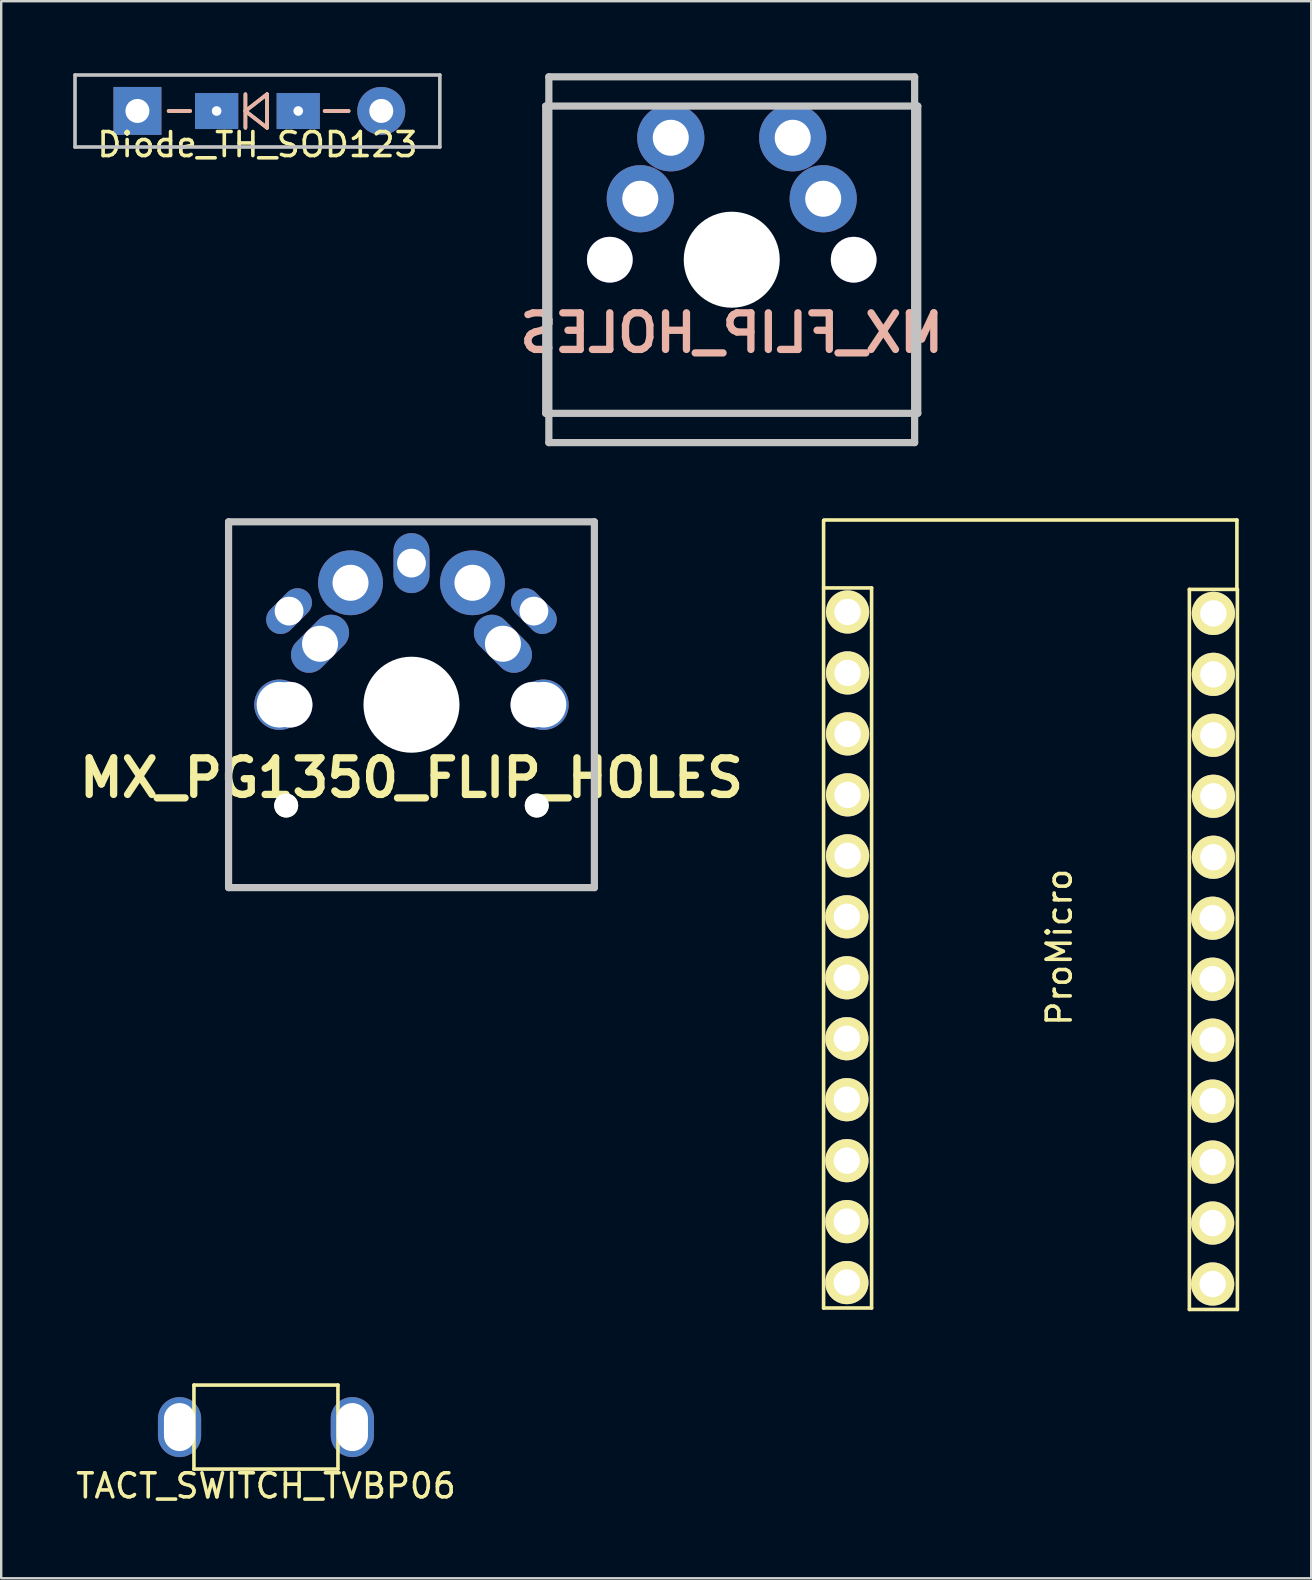
<source format=kicad_pcb>
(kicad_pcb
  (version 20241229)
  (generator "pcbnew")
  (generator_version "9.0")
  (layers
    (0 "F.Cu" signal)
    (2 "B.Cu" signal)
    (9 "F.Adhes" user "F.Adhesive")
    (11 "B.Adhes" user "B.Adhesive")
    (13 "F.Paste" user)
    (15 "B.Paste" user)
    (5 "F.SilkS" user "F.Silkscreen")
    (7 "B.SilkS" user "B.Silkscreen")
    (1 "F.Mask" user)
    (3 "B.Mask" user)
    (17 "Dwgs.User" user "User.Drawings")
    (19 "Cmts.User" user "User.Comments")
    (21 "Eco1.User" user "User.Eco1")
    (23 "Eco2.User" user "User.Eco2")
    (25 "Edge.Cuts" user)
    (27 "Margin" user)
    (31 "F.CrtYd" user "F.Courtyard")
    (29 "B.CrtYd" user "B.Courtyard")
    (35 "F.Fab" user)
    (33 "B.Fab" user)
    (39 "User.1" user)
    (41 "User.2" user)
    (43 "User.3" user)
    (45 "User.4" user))
  (footprint "Diode_TH_SOD123"
    (layer "F.Cu")
    (at 7.675 1.575)
    (property "Reference" "Diode_TH_SOD123" (at 0 1.4 0) (layer "F.SilkS") (effects (font (size 1 1) (thickness 0.15))))
    (attr through_hole)
    (fp_line (start -3.7 0) (end -2.8 0) (stroke (width 0.15) (type solid)) (layer "F.SilkS"))
    (fp_line (start -0.5 -0.7) (end -0.5 0.7) (stroke (width 0.15) (type solid)) (layer "F.SilkS"))
    (fp_line (start -0.5 0) (end 0.4 -0.7) (stroke (width 0.15) (type solid)) (layer "F.SilkS"))
    (fp_line (start 0.4 -0.7) (end 0.4 0.7) (stroke (width 0.15) (type solid)) (layer "F.SilkS"))
    (fp_line (start 0.4 0.7) (end -0.5 0) (stroke (width 0.15) (type solid)) (layer "F.SilkS"))
    (fp_line (start 2.8 0) (end 3.8 0) (stroke (width 0.15) (type solid)) (layer "F.SilkS"))
    (fp_line (start -2.8 0) (end -3.7 0) (stroke (width 0.15) (type solid)) (layer "B.SilkS"))
    (fp_line (start -0.5 -0.7) (end -0.5 0.7) (stroke (width 0.15) (type solid)) (layer "B.SilkS"))
    (fp_line (start -0.5 0) (end 0.4 -0.7) (stroke (width 0.15) (type solid)) (layer "B.SilkS"))
    (fp_line (start 0.4 -0.7) (end 0.4 0.7) (stroke (width 0.15) (type solid)) (layer "B.SilkS"))
    (fp_line (start 0.4 0.7) (end -0.5 0) (stroke (width 0.15) (type solid)) (layer "B.SilkS"))
    (fp_line (start 2.8 0) (end 3.8 0) (stroke (width 0.15) (type solid)) (layer "B.SilkS"))
    (fp_line (start -7.6 -1.5) (end -7.6 1.5) (stroke (width 0.15) (type solid)) (layer "Dwgs.User"))
    (fp_line (start -7.6 -1.5) (end 7.6 -1.5) (stroke (width 0.15) (type solid)) (layer "Dwgs.User"))
    (fp_line (start -7.6 1.5) (end 7.6 1.5) (stroke (width 0.15) (type solid)) (layer "Dwgs.User"))
    (fp_line (start 7.6 -1.5) (end 7.6 1.5) (stroke (width 0.15) (type solid)) (layer "Dwgs.User"))
    (pad "1" thru_hole rect (at -5 -0.003 180) (size 1.999 1.999) (drill 1) (layers "*.Cu" "*.Mask"))
    (pad "1" thru_hole rect (at -1.7 0) (size 1.8 1.5) (drill 0.4) (layers "*.Cu" "*.Mask"))
    (pad "2" thru_hole rect (at 1.7 0) (size 1.8 1.5) (drill 0.4) (layers "*.Cu" "*.Mask"))
    (pad "2" thru_hole circle (at 5.16 -0.003 180) (size 1.999 1.999) (drill 1) (layers "*.Cu" "*.Mask")))
  (footprint "MX_FLIP_HOLES"
    (layer "F.Cu")
    (at 27.436 7.77)
    (property "Reference" "MX_FLIP_HOLES" (at 0 3.048 0) (layer "B.SilkS") (effects (font (size 1.524 1.524) (thickness 0.305)) (justify mirror)))
    (attr through_hole)
    (fp_line (start -7.75 6.4) (end -7.75 -6.4) (stroke (width 0.3) (type solid)) (layer "Dwgs.User"))
    (fp_line (start -7.75 6.4) (end 7.75 6.4) (stroke (width 0.3) (type solid)) (layer "Dwgs.User"))
    (fp_line (start -7.62 -7.62) (end 7.62 -7.62) (stroke (width 0.3) (type solid)) (layer "Dwgs.User"))
    (fp_line (start -7.62 7.62) (end -7.62 -7.62) (stroke (width 0.3) (type solid)) (layer "Dwgs.User"))
    (fp_line (start 7.62 -7.62) (end 7.62 7.62) (stroke (width 0.3) (type solid)) (layer "Dwgs.User"))
    (fp_line (start 7.62 7.62) (end -7.62 7.62) (stroke (width 0.3) (type solid)) (layer "Dwgs.User"))
    (fp_line (start 7.75 -6.4) (end -7.75 -6.4) (stroke (width 0.3) (type solid)) (layer "Dwgs.User"))
    (fp_line (start 7.75 6.4) (end 7.75 -6.4) (stroke (width 0.3) (type solid)) (layer "Dwgs.User"))
    (pad "" np_thru_hole circle (at -5.08 0) (size 1.91 1.91) (drill 1.9) (layers "*.Cu" "*.Mask"))
    (pad "" np_thru_hole circle (at 0 0) (size 4 4) (drill 4) (layers "*.Cu" "*.Mask"))
    (pad "" np_thru_hole circle (at 5.08 0) (size 1.91 1.91) (drill 1.9) (layers "*.Cu" "*.Mask"))
    (pad "1" thru_hole circle (at -3.81 -2.54) (size 2.8 2.8) (drill 1.5) (layers "*.Cu" "*.Mask"))
    (pad "1" thru_hole circle (at -2.54 -5.08) (size 2.8 2.8) (drill 1.5) (layers "*.Cu" "*.Mask"))
    (pad "2" thru_hole circle (at 2.54 -5.08) (size 2.8 2.8) (drill 1.5) (layers "*.Cu" "*.Mask"))
    (pad "2" thru_hole circle (at 3.81 -2.54) (size 2.8 2.8) (drill 1.5) (layers "*.Cu" "*.Mask")))
  (footprint "ProMicro"
    (layer "F.Cu")
    (at 39.882 36.415)
    (property "Reference" "ProMicro" (at 1.2 0 270) (layer "F.SilkS") (effects (font (size 1 1) (thickness 0.15))))
    (attr through_hole)
    (fp_line (start -8.62 -15.03) (end -8.62 -17.78) (stroke (width 0.15) (type solid)) (layer "F.SilkS"))
    (fp_line (start -8.62 -14.97) (end -8.62 15.03) (stroke (width 0.15) (type solid)) (layer "F.SilkS"))
    (fp_line (start -8.62 -14.97) (end -6.62 -14.97) (stroke (width 0.15) (type solid)) (layer "F.SilkS"))
    (fp_line (start -8.62 15.03) (end -6.62 15.03) (stroke (width 0.15) (type solid)) (layer "F.SilkS"))
    (fp_line (start -8.6 -17.8) (end 8.6 -17.8) (stroke (width 0.15) (type solid)) (layer "F.SilkS"))
    (fp_line (start -6.62 15.03) (end -6.62 -14.97) (stroke (width 0.15) (type solid)) (layer "F.SilkS"))
    (fp_line (start 6.62 -14.91) (end 6.62 15.09) (stroke (width 0.15) (type solid)) (layer "F.SilkS"))
    (fp_line (start 6.62 -14.91) (end 8.62 -14.91) (stroke (width 0.15) (type solid)) (layer "F.SilkS"))
    (fp_line (start 6.62 15.09) (end 8.62 15.09) (stroke (width 0.15) (type solid)) (layer "F.SilkS"))
    (fp_line (start 8.6 -14.9) (end 8.6 -17.8) (stroke (width 0.15) (type solid)) (layer "F.SilkS"))
    (fp_line (start 8.62 15.09) (end 8.62 -14.91) (stroke (width 0.15) (type solid)) (layer "F.SilkS"))
    (pad "1" thru_hole circle (at -7.62 -13.97 270) (size 1.8 1.8) (drill 1.1) (layers "*.Cu" "*.Mask" "F.SilkS"))
    (pad "2" thru_hole circle (at -7.62 -11.43 270) (size 1.8 1.8) (drill 1.1) (layers "*.Cu" "*.Mask" "F.SilkS"))
    (pad "3" thru_hole circle (at -7.62 -8.89 270) (size 1.8 1.8) (drill 1.1) (layers "*.Cu" "*.Mask" "F.SilkS"))
    (pad "4" thru_hole circle (at -7.62 -6.35 270) (size 1.8 1.8) (drill 1.1) (layers "*.Cu" "*.Mask" "F.SilkS"))
    (pad "5" thru_hole circle (at -7.62 -3.81 270) (size 1.8 1.8) (drill 1.1) (layers "*.Cu" "*.Mask" "F.SilkS"))
    (pad "6" thru_hole circle (at -7.65 -1.27 270) (size 1.8 1.8) (drill 1.1) (layers "*.Cu" "*.Mask" "F.SilkS"))
    (pad "7" thru_hole circle (at -7.65 1.27 270) (size 1.8 1.8) (drill 1.1) (layers "*.Cu" "*.Mask" "F.SilkS"))
    (pad "8" thru_hole circle (at -7.65 3.81 270) (size 1.8 1.8) (drill 1.1) (layers "*.Cu" "*.Mask" "F.SilkS"))
    (pad "9" thru_hole circle (at -7.65 6.35 270) (size 1.8 1.8) (drill 1.1) (layers "*.Cu" "*.Mask" "F.SilkS"))
    (pad "10" thru_hole circle (at -7.65 8.89 270) (size 1.8 1.8) (drill 1.1) (layers "*.Cu" "*.Mask" "F.SilkS"))
    (pad "11" thru_hole circle (at -7.65 11.43 270) (size 1.8 1.8) (drill 1.1) (layers "*.Cu" "*.Mask" "F.SilkS"))
    (pad "12" thru_hole circle (at -7.65 13.97 270) (size 1.8 1.8) (drill 1.1) (layers "*.Cu" "*.Mask" "F.SilkS"))
    (pad "13" thru_hole circle (at 7.59 14.03 270) (size 1.8 1.8) (drill 1.1) (layers "*.Cu" "*.Mask" "F.SilkS"))
    (pad "14" thru_hole circle (at 7.59 11.49 270) (size 1.8 1.8) (drill 1.1) (layers "*.Cu" "*.Mask" "F.SilkS"))
    (pad "15" thru_hole circle (at 7.59 8.95 270) (size 1.8 1.8) (drill 1.1) (layers "*.Cu" "*.Mask" "F.SilkS"))
    (pad "16" thru_hole circle (at 7.59 6.41 270) (size 1.8 1.8) (drill 1.1) (layers "*.Cu" "*.Mask" "F.SilkS"))
    (pad "17" thru_hole circle (at 7.59 3.87 270) (size 1.8 1.8) (drill 1.1) (layers "*.Cu" "*.Mask" "F.SilkS"))
    (pad "18" thru_hole circle (at 7.59 1.33 270) (size 1.8 1.8) (drill 1.1) (layers "*.Cu" "*.Mask" "F.SilkS"))
    (pad "19" thru_hole circle (at 7.59 -1.21 270) (size 1.8 1.8) (drill 1.1) (layers "*.Cu" "*.Mask" "F.SilkS"))
    (pad "20" thru_hole circle (at 7.62 -3.75 270) (size 1.8 1.8) (drill 1.1) (layers "*.Cu" "*.Mask" "F.SilkS"))
    (pad "21" thru_hole circle (at 7.62 -6.29 270) (size 1.8 1.8) (drill 1.1) (layers "*.Cu" "*.Mask" "F.SilkS"))
    (pad "22" thru_hole circle (at 7.62 -8.83 270) (size 1.8 1.8) (drill 1.1) (layers "*.Cu" "*.Mask" "F.SilkS"))
    (pad "23" thru_hole circle (at 7.62 -11.37 270) (size 1.8 1.8) (drill 1.1) (layers "*.Cu" "*.Mask" "F.SilkS"))
    (pad "24" thru_hole circle (at 7.62 -13.91 270) (size 1.8 1.8) (drill 1.1) (layers "*.Cu" "*.Mask" "F.SilkS")))
  (footprint "TACT_SWITCH_TVBP06"
    (layer "F.Cu")
    (at 8.03 58.155)
    (property "Reference" "TACT_SWITCH_TVBP06" (at 0 0.7 0) (layer "F.SilkS") (effects (font (size 1 1) (thickness 0.15))))
    (attr through_hole)
    (fp_line (start -3 -3.5) (end -3 0) (stroke (width 0.15) (type solid)) (layer "F.SilkS"))
    (fp_line (start -3 0) (end 3 0) (stroke (width 0.15) (type solid)) (layer "F.SilkS"))
    (fp_line (start 3 -3.5) (end -3 -3.5) (stroke (width 0.15) (type solid)) (layer "F.SilkS"))
    (fp_line (start 3 0) (end 3 -3.5) (stroke (width 0.15) (type solid)) (layer "F.SilkS"))
    (pad "1" thru_hole oval (at -3.6 -1.75) (size 1.8 2.5) (drill oval 1.3 2) (layers "*.Cu" "*.Mask"))
    (pad "2" thru_hole oval (at 3.6 -1.75) (size 1.8 2.5) (drill oval 1.3 2) (layers "*.Cu" "*.Mask")))
  (footprint "MX_PG1350_FLIP_HOLES"
    (layer "F.Cu")
    (at 14.093 26.31)
    (property "Reference" "MX_PG1350_FLIP_HOLES" (at 0 3.048 0) (layer "F.SilkS") (effects (font (size 1.524 1.524) (thickness 0.305))))
    (attr through_hole)
    (fp_line (start -7.62 -7.62) (end 7.62 -7.62) (stroke (width 0.3) (type solid)) (layer "Dwgs.User"))
    (fp_line (start -7.62 7.62) (end -7.62 -7.62) (stroke (width 0.3) (type solid)) (layer "Dwgs.User"))
    (fp_line (start 7.62 -7.62) (end 7.62 7.62) (stroke (width 0.3) (type solid)) (layer "Dwgs.User"))
    (fp_line (start 7.62 7.62) (end -7.62 7.62) (stroke (width 0.3) (type solid)) (layer "Dwgs.User"))
    (pad "" np_thru_hole circle (at -5.5 0) (size 2.1 2.1) (drill 1.9) (layers "*.Cu" "*.Mask"))
    (pad "" np_thru_hole circle (at -5.22 4.2) (size 1 1) (drill 1) (layers "*.Cu" "*.Mask" "F.SilkS"))
    (pad "" np_thru_hole circle (at -5.08 0) (size 1.91 1.91) (drill 1.9) (layers "*.Cu" "*.Mask"))
    (pad "" np_thru_hole circle (at 0 0) (size 4 4) (drill 4) (layers "*.Cu" "*.Mask"))
    (pad "" np_thru_hole circle (at 5.08 0) (size 1.91 1.91) (drill 1.9) (layers "*.Cu" "*.Mask"))
    (pad "" np_thru_hole circle (at 5.22 4.2) (size 1 1) (drill 1) (layers "*.Cu" "*.Mask" "F.SilkS"))
    (pad "" np_thru_hole circle (at 5.5 0) (size 2.1 2.1) (drill 1.9) (layers "*.Cu" "*.Mask"))
    (pad "1" thru_hole oval (at -5.1 -3.9 45) (size 2.2 1.2) (drill oval 1.2) (layers "*.Cu" "*.Mask"))
    (pad "1" thru_hole oval (at -3.81 -2.54 45) (size 2.8 1.5) (drill oval 1.5) (layers "*.Cu" "*.Mask"))
    (pad "1" thru_hole circle (at -2.54 -5.08) (size 2.7 2.7) (drill 1.5) (layers "*.Cu" "*.Mask"))
    (pad "1" thru_hole oval (at 5.1 -3.9 315) (size 2.2 1.2) (drill oval 1.2) (layers "*.Cu" "*.Mask"))
    (pad "2" thru_hole oval (at 0 -5.9 90) (size 2.5 1.5) (drill 1.2) (layers "*.Cu" "*.Mask"))
    (pad "2" thru_hole circle (at 2.54 -5.08) (size 2.7 2.7) (drill 1.5) (layers "*.Cu" "*.Mask"))
    (pad "2" thru_hole oval (at 3.81 -2.54 315) (size 2.8 1.5) (drill 1.5) (layers "*.Cu" "*.Mask")))
  (gr_rect
    (start -3 -3)
    (end 51.577 62.703)
    (stroke (width 0.1) (type default))
    (fill no)
    (layer "Edge.Cuts")))
</source>
